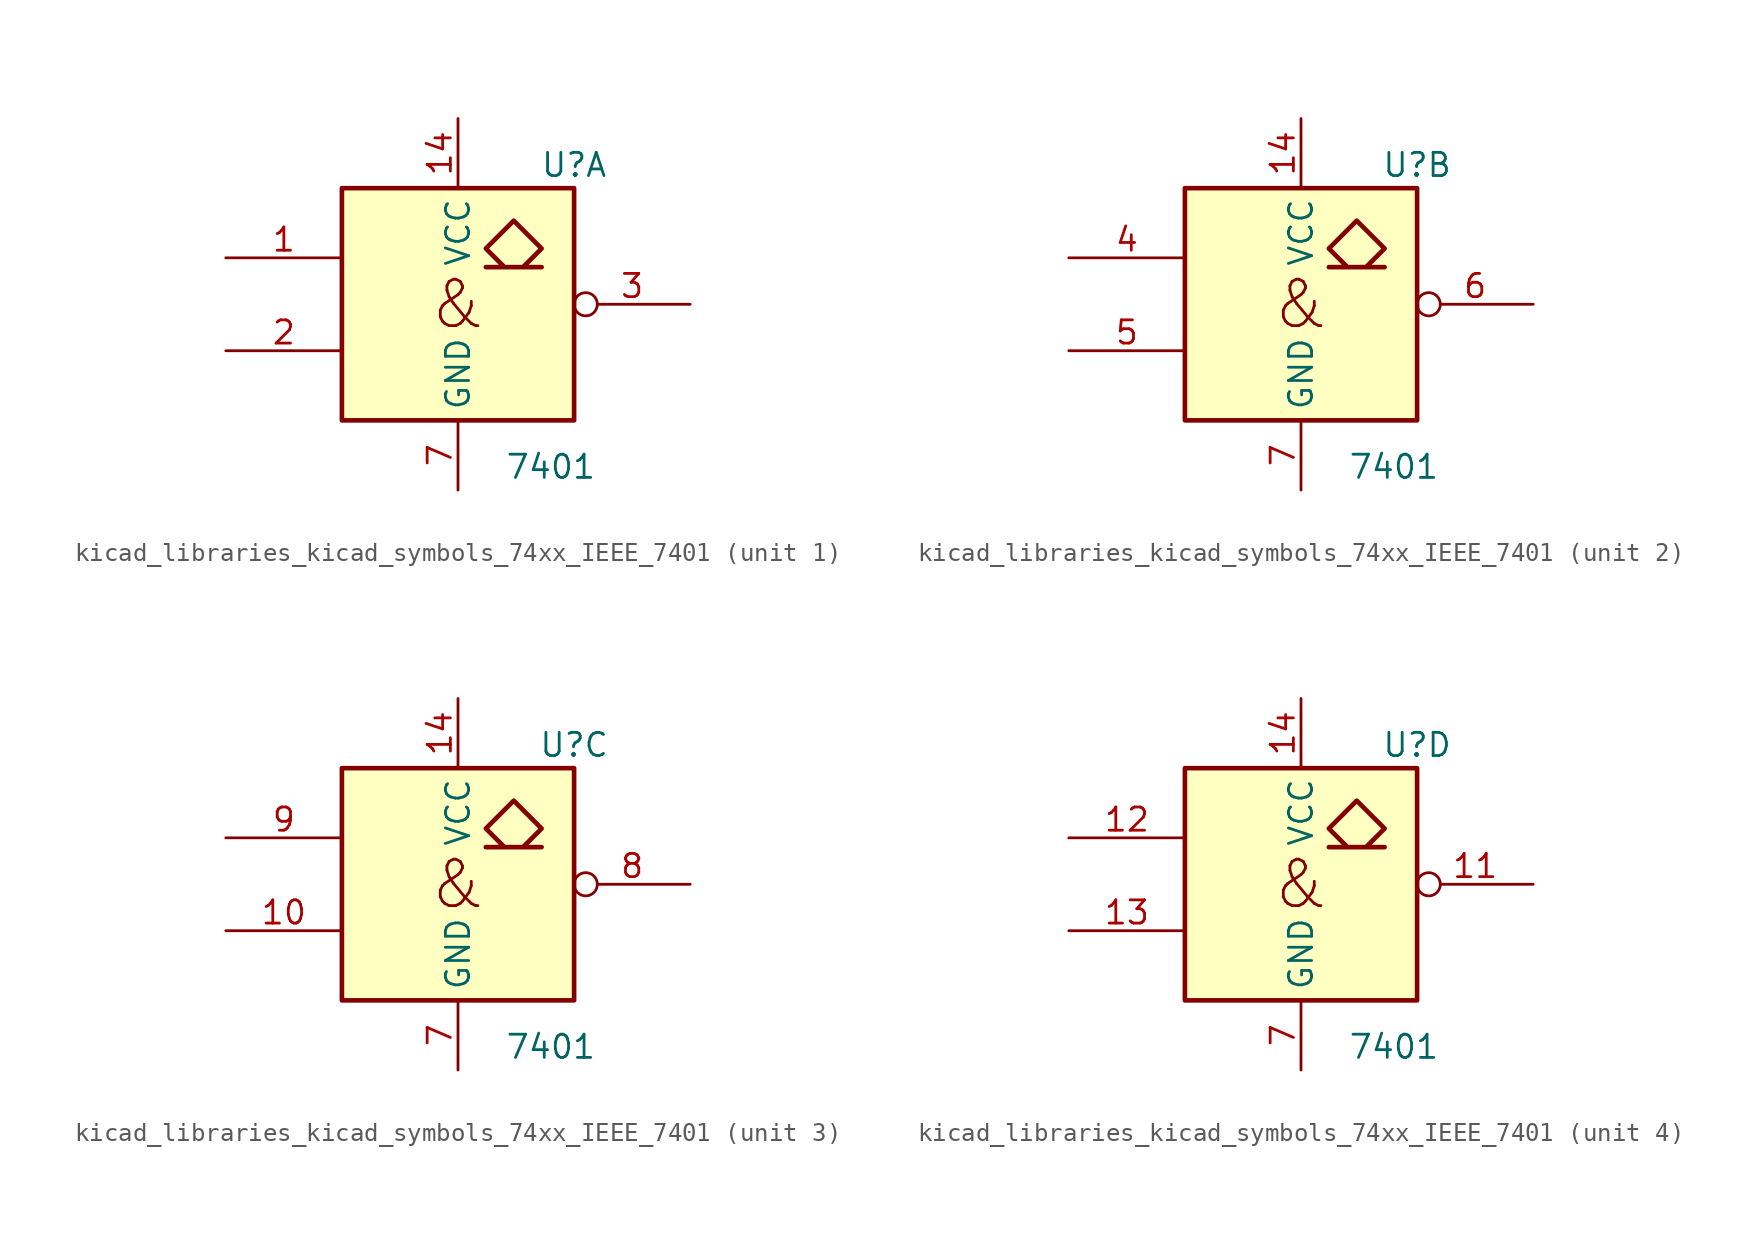
<source format=kicad_sym>
(kicad_symbol_lib
  (version 20220914)
  (generator kicad_symbol_editor)
  (symbol "kicad_libraries_kicad_symbols_74xx_IEEE_7401"
    (property "Reference" "U"
      (at 6.35 7.62 0)
      (effects (font (size 1.27 1.27))))
    (property "Value" "7401"
      (at 5.08 -8.89 0)
      (effects (font (size 1.27 1.27))))
    (symbol "kicad_libraries_kicad_symbols_74xx_IEEE_7401_0_0"
      (polyline (pts (xy 2.54 2.032) (xy 1.524 3.048) (xy 3.048 4.572) (xy 4.572 3.048) (xy 3.556 2.032) (xy 4.572 2.032) (xy 1.524 2.032) (xy 1.524 2.032)) (stroke (width 0.254) (type default)) (fill (type background)))
      (text "&" (at 0 0 0) (effects (font (size 2.54 2.54)))))
    (symbol "kicad_libraries_kicad_symbols_74xx_IEEE_7401_0_1"
      (rectangle (start -6.35 6.35) (end 6.35 -6.35) (stroke (width 0.254) (type default)) (fill (type background)))
      (pin power_in line (at 0 10.16 270) (length 3.81) (name "VCC" (effects (font (size 1.27 1.27)))) (number "14" (effects (font (size 1.27 1.27)))))
      (pin power_in line (at 0 -10.16 90) (length 3.81) (name "GND" (effects (font (size 1.27 1.27)))) (number "7" (effects (font (size 1.27 1.27))))))
    (symbol "kicad_libraries_kicad_symbols_74xx_IEEE_7401_1_1"
      (pin input line (at -12.7 2.54 0) (length 6.35) (name "~" (effects (font (size 1.27 1.27)))) (number "1" (effects (font (size 1.27 1.27)))))
      (pin input line (at -12.7 -2.54 0) (length 6.35) (name "~" (effects (font (size 1.27 1.27)))) (number "2" (effects (font (size 1.27 1.27)))))
      (pin open_collector inverted (at 12.7 0 180) (length 6.35) (name "~" (effects (font (size 1.27 1.27)))) (number "3" (effects (font (size 1.27 1.27))))))
    (symbol "kicad_libraries_kicad_symbols_74xx_IEEE_7401_2_1"
      (pin input line (at -12.7 2.54 0) (length 6.35) (name "~" (effects (font (size 1.27 1.27)))) (number "4" (effects (font (size 1.27 1.27)))))
      (pin input line (at -12.7 -2.54 0) (length 6.35) (name "~" (effects (font (size 1.27 1.27)))) (number "5" (effects (font (size 1.27 1.27)))))
      (pin open_collector inverted (at 12.7 0 180) (length 6.35) (name "~" (effects (font (size 1.27 1.27)))) (number "6" (effects (font (size 1.27 1.27))))))
    (symbol "kicad_libraries_kicad_symbols_74xx_IEEE_7401_3_1"
      (pin input line (at -12.7 -2.54 0) (length 6.35) (name "~" (effects (font (size 1.27 1.27)))) (number "10" (effects (font (size 1.27 1.27)))))
      (pin open_collector inverted (at 12.7 0 180) (length 6.35) (name "~" (effects (font (size 1.27 1.27)))) (number "8" (effects (font (size 1.27 1.27)))))
      (pin input line (at -12.7 2.54 0) (length 6.35) (name "~" (effects (font (size 1.27 1.27)))) (number "9" (effects (font (size 1.27 1.27))))))
    (symbol "kicad_libraries_kicad_symbols_74xx_IEEE_7401_4_1"
      (pin open_collector inverted (at 12.7 0 180) (length 6.35) (name "~" (effects (font (size 1.27 1.27)))) (number "11" (effects (font (size 1.27 1.27)))))
      (pin input line (at -12.7 2.54 0) (length 6.35) (name "~" (effects (font (size 1.27 1.27)))) (number "12" (effects (font (size 1.27 1.27)))))
      (pin input line (at -12.7 -2.54 0) (length 6.35) (name "~" (effects (font (size 1.27 1.27)))) (number "13" (effects (font (size 1.27 1.27))))))))
</source>
